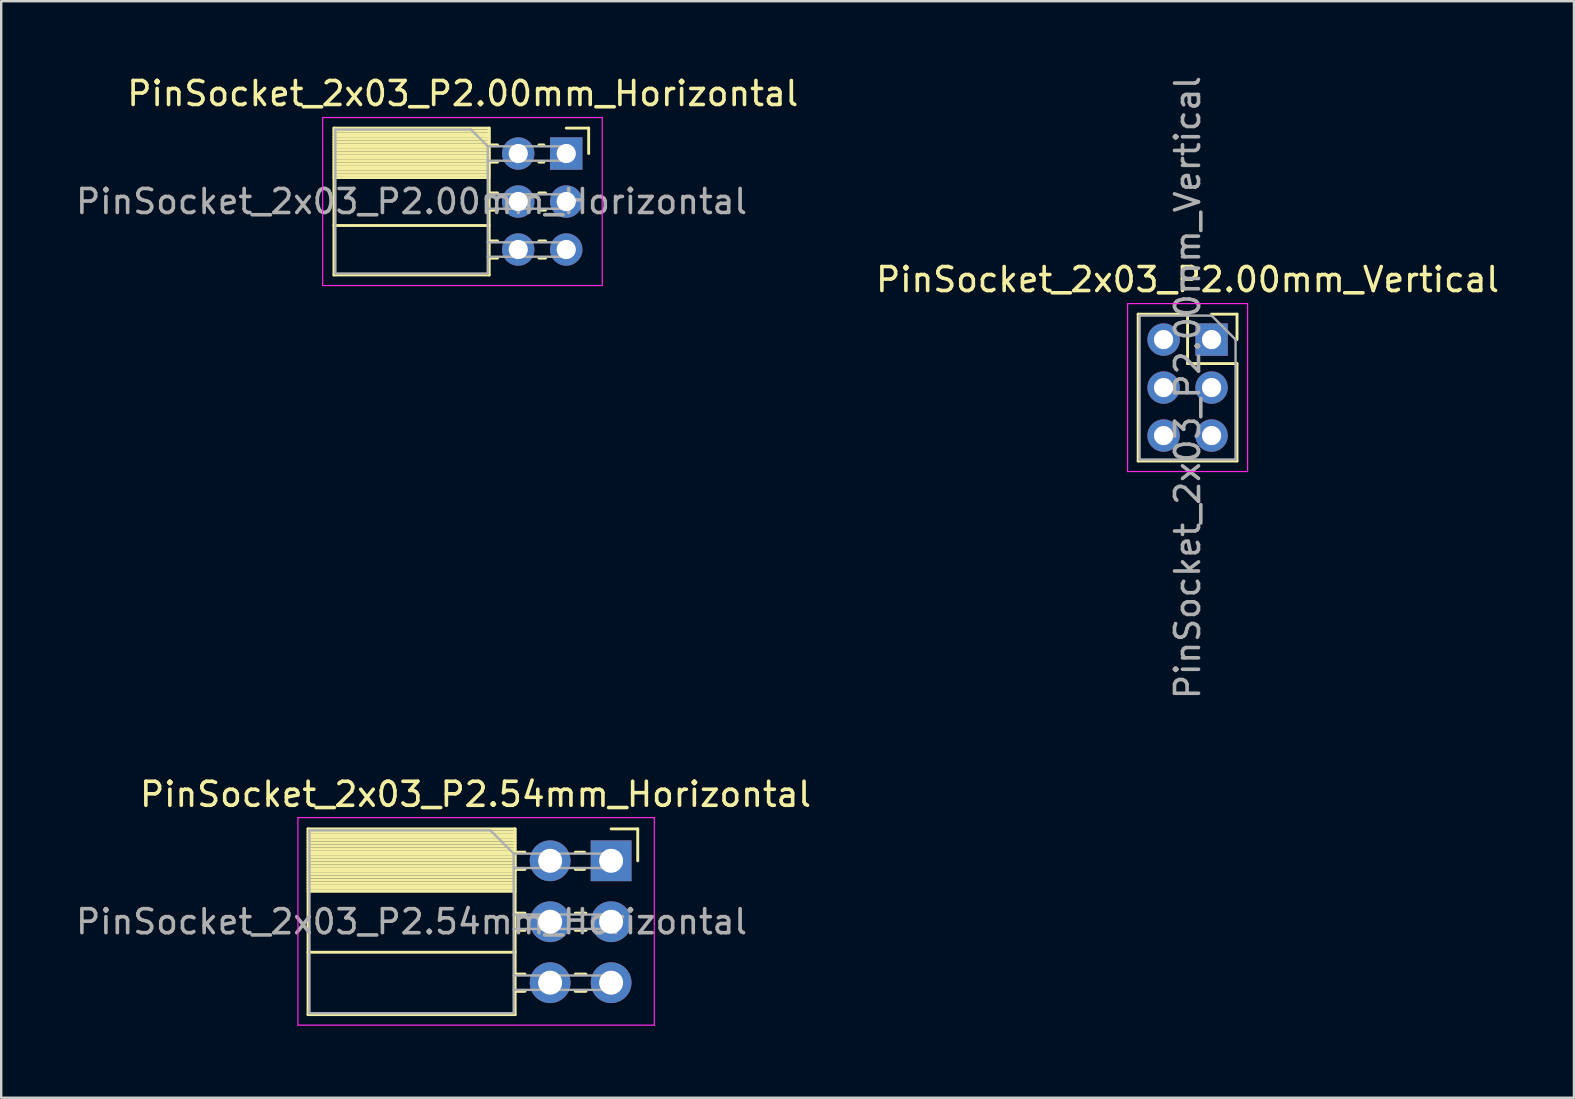
<source format=kicad_pcb>
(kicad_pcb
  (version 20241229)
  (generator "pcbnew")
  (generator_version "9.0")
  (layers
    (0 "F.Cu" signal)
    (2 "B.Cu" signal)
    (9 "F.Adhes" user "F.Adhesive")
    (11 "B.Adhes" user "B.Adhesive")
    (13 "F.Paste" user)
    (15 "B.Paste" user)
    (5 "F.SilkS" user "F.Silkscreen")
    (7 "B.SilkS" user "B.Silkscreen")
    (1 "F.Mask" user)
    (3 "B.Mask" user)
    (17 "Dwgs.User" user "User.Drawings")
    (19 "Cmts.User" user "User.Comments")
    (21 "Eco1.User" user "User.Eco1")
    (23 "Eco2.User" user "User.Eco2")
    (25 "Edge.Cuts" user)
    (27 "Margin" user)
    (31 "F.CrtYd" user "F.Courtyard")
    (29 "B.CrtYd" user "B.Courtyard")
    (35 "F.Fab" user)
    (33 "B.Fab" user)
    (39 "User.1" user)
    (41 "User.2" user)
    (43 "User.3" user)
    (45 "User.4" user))
  (footprint "PinSocket_2x03_P2.00mm_Vertical"
    (layer "F.Cu")
    (at 47.439 11.101)
    (property "Reference" "PinSocket_2x03_P2.00mm_Vertical" (at -1 -2.5 0) (layer "F.SilkS") (effects (font (size 1 1) (thickness 0.15))))
    (attr through_hole)
    (fp_line (start -3.06 -1.06) (end -3.06 5.06) (stroke (width 0.12) (type solid)) (layer "F.SilkS"))
    (fp_line (start -3.06 -1.06) (end -1 -1.06) (stroke (width 0.12) (type solid)) (layer "F.SilkS"))
    (fp_line (start -3.06 5.06) (end 1.06 5.06) (stroke (width 0.12) (type solid)) (layer "F.SilkS"))
    (fp_line (start -1 -1.06) (end -1 1) (stroke (width 0.12) (type solid)) (layer "F.SilkS"))
    (fp_line (start -1 1) (end 1.06 1) (stroke (width 0.12) (type solid)) (layer "F.SilkS"))
    (fp_line (start 0 -1.06) (end 1.06 -1.06) (stroke (width 0.12) (type solid)) (layer "F.SilkS"))
    (fp_line (start 1.06 -1.06) (end 1.06 0) (stroke (width 0.12) (type solid)) (layer "F.SilkS"))
    (fp_line (start 1.06 1) (end 1.06 5.06) (stroke (width 0.12) (type solid)) (layer "F.SilkS"))
    (fp_line (start -3.5 -1.5) (end 1.5 -1.5) (stroke (width 0.05) (type solid)) (layer "F.CrtYd"))
    (fp_line (start -3.5 5.5) (end -3.5 -1.5) (stroke (width 0.05) (type solid)) (layer "F.CrtYd"))
    (fp_line (start 1.5 -1.5) (end 1.5 5.5) (stroke (width 0.05) (type solid)) (layer "F.CrtYd"))
    (fp_line (start 1.5 5.5) (end -3.5 5.5) (stroke (width 0.05) (type solid)) (layer "F.CrtYd"))
    (fp_line (start -3 -1) (end 0 -1) (stroke (width 0.1) (type solid)) (layer "F.Fab"))
    (fp_line (start -3 5) (end -3 -1) (stroke (width 0.1) (type solid)) (layer "F.Fab"))
    (fp_line (start 0 -1) (end 1 0) (stroke (width 0.1) (type solid)) (layer "F.Fab"))
    (fp_line (start 1 0) (end 1 5) (stroke (width 0.1) (type solid)) (layer "F.Fab"))
    (fp_line (start 1 5) (end -3 5) (stroke (width 0.1) (type solid)) (layer "F.Fab"))
    (fp_text user "${REFERENCE}" (at -1 2 90) (layer "F.Fab") (effects (font (size 1 1) (thickness 0.15))))
    (pad "1" thru_hole rect (at 0 0) (size 1.35 1.35) (drill 0.8) (layers "*.Cu" "*.Mask"))
    (pad "2" thru_hole oval (at -2 0) (size 1.35 1.35) (drill 0.8) (layers "*.Cu" "*.Mask"))
    (pad "3" thru_hole oval (at 0 2) (size 1.35 1.35) (drill 0.8) (layers "*.Cu" "*.Mask"))
    (pad "4" thru_hole oval (at -2 2) (size 1.35 1.35) (drill 0.8) (layers "*.Cu" "*.Mask"))
    (pad "5" thru_hole oval (at 0 4) (size 1.35 1.35) (drill 0.8) (layers "*.Cu" "*.Mask"))
    (pad "6" thru_hole oval (at -2 4) (size 1.35 1.35) (drill 0.8) (layers "*.Cu" "*.Mask")))
  (footprint "PinSocket_2x03_P2.54mm_Horizontal"
    (layer "F.Cu")
    (at 22.416 32.821)
    (property "Reference" "PinSocket_2x03_P2.54mm_Horizontal" (at -5.65 -2.77 0) (layer "F.SilkS") (effects (font (size 1 1) (thickness 0.15))))
    (attr through_hole)
    (fp_line (start -12.63 -1.33) (end -12.63 6.41) (stroke (width 0.12) (type solid)) (layer "F.SilkS"))
    (fp_line (start -12.63 -1.33) (end -4 -1.33) (stroke (width 0.12) (type solid)) (layer "F.SilkS"))
    (fp_line (start -12.63 -1.21) (end -4 -1.21) (stroke (width 0.12) (type solid)) (layer "F.SilkS"))
    (fp_line (start -12.63 -1.092) (end -4 -1.092) (stroke (width 0.12) (type solid)) (layer "F.SilkS"))
    (fp_line (start -12.63 -0.974) (end -4 -0.974) (stroke (width 0.12) (type solid)) (layer "F.SilkS"))
    (fp_line (start -12.63 -0.856) (end -4 -0.856) (stroke (width 0.12) (type solid)) (layer "F.SilkS"))
    (fp_line (start -12.63 -0.738) (end -4 -0.738) (stroke (width 0.12) (type solid)) (layer "F.SilkS"))
    (fp_line (start -12.63 -0.62) (end -4 -0.62) (stroke (width 0.12) (type solid)) (layer "F.SilkS"))
    (fp_line (start -12.63 -0.501) (end -4 -0.501) (stroke (width 0.12) (type solid)) (layer "F.SilkS"))
    (fp_line (start -12.63 -0.383) (end -4 -0.383) (stroke (width 0.12) (type solid)) (layer "F.SilkS"))
    (fp_line (start -12.63 -0.265) (end -4 -0.265) (stroke (width 0.12) (type solid)) (layer "F.SilkS"))
    (fp_line (start -12.63 -0.147) (end -4 -0.147) (stroke (width 0.12) (type solid)) (layer "F.SilkS"))
    (fp_line (start -12.63 -0.029) (end -4 -0.029) (stroke (width 0.12) (type solid)) (layer "F.SilkS"))
    (fp_line (start -12.63 0.089) (end -4 0.089) (stroke (width 0.12) (type solid)) (layer "F.SilkS"))
    (fp_line (start -12.63 0.207) (end -4 0.207) (stroke (width 0.12) (type solid)) (layer "F.SilkS"))
    (fp_line (start -12.63 0.325) (end -4 0.325) (stroke (width 0.12) (type solid)) (layer "F.SilkS"))
    (fp_line (start -12.63 0.443) (end -4 0.443) (stroke (width 0.12) (type solid)) (layer "F.SilkS"))
    (fp_line (start -12.63 0.561) (end -4 0.561) (stroke (width 0.12) (type solid)) (layer "F.SilkS"))
    (fp_line (start -12.63 0.68) (end -4 0.68) (stroke (width 0.12) (type solid)) (layer "F.SilkS"))
    (fp_line (start -12.63 0.798) (end -4 0.798) (stroke (width 0.12) (type solid)) (layer "F.SilkS"))
    (fp_line (start -12.63 0.916) (end -4 0.916) (stroke (width 0.12) (type solid)) (layer "F.SilkS"))
    (fp_line (start -12.63 1.034) (end -4 1.034) (stroke (width 0.12) (type solid)) (layer "F.SilkS"))
    (fp_line (start -12.63 1.152) (end -4 1.152) (stroke (width 0.12) (type solid)) (layer "F.SilkS"))
    (fp_line (start -12.63 1.27) (end -4 1.27) (stroke (width 0.12) (type solid)) (layer "F.SilkS"))
    (fp_line (start -12.63 3.81) (end -4 3.81) (stroke (width 0.12) (type solid)) (layer "F.SilkS"))
    (fp_line (start -12.63 6.41) (end -4 6.41) (stroke (width 0.12) (type solid)) (layer "F.SilkS"))
    (fp_line (start -4 -1.33) (end -4 6.41) (stroke (width 0.12) (type solid)) (layer "F.SilkS"))
    (fp_line (start -4 -0.36) (end -3.59 -0.36) (stroke (width 0.12) (type solid)) (layer "F.SilkS"))
    (fp_line (start -4 0.36) (end -3.59 0.36) (stroke (width 0.12) (type solid)) (layer "F.SilkS"))
    (fp_line (start -4 2.18) (end -3.59 2.18) (stroke (width 0.12) (type solid)) (layer "F.SilkS"))
    (fp_line (start -4 2.9) (end -3.59 2.9) (stroke (width 0.12) (type solid)) (layer "F.SilkS"))
    (fp_line (start -4 4.72) (end -3.59 4.72) (stroke (width 0.12) (type solid)) (layer "F.SilkS"))
    (fp_line (start -4 5.44) (end -3.59 5.44) (stroke (width 0.12) (type solid)) (layer "F.SilkS"))
    (fp_line (start -1.49 -0.36) (end -1.11 -0.36) (stroke (width 0.12) (type solid)) (layer "F.SilkS"))
    (fp_line (start -1.49 0.36) (end -1.11 0.36) (stroke (width 0.12) (type solid)) (layer "F.SilkS"))
    (fp_line (start -1.49 2.18) (end -1.05 2.18) (stroke (width 0.12) (type solid)) (layer "F.SilkS"))
    (fp_line (start -1.49 2.9) (end -1.05 2.9) (stroke (width 0.12) (type solid)) (layer "F.SilkS"))
    (fp_line (start -1.49 4.72) (end -1.05 4.72) (stroke (width 0.12) (type solid)) (layer "F.SilkS"))
    (fp_line (start -1.49 5.44) (end -1.05 5.44) (stroke (width 0.12) (type solid)) (layer "F.SilkS"))
    (fp_line (start 0 -1.33) (end 1.11 -1.33) (stroke (width 0.12) (type solid)) (layer "F.SilkS"))
    (fp_line (start 1.11 -1.33) (end 1.11 0) (stroke (width 0.12) (type solid)) (layer "F.SilkS"))
    (fp_line (start -13.05 -1.8) (end -13.05 6.85) (stroke (width 0.05) (type solid)) (layer "F.CrtYd"))
    (fp_line (start -13.05 6.85) (end 1.8 6.85) (stroke (width 0.05) (type solid)) (layer "F.CrtYd"))
    (fp_line (start 1.8 -1.8) (end -13.05 -1.8) (stroke (width 0.05) (type solid)) (layer "F.CrtYd"))
    (fp_line (start 1.8 6.85) (end 1.8 -1.8) (stroke (width 0.05) (type solid)) (layer "F.CrtYd"))
    (fp_line (start -12.57 -1.27) (end -5.03 -1.27) (stroke (width 0.1) (type solid)) (layer "F.Fab"))
    (fp_line (start -12.57 6.35) (end -12.57 -1.27) (stroke (width 0.1) (type solid)) (layer "F.Fab"))
    (fp_line (start -5.03 -1.27) (end -4.06 -0.3) (stroke (width 0.1) (type solid)) (layer "F.Fab"))
    (fp_line (start -4.06 -0.3) (end -4.06 6.35) (stroke (width 0.1) (type solid)) (layer "F.Fab"))
    (fp_line (start -4.06 0.3) (end 0 0.3) (stroke (width 0.1) (type solid)) (layer "F.Fab"))
    (fp_line (start -4.06 2.84) (end 0 2.84) (stroke (width 0.1) (type solid)) (layer "F.Fab"))
    (fp_line (start -4.06 5.38) (end 0 5.38) (stroke (width 0.1) (type solid)) (layer "F.Fab"))
    (fp_line (start -4.06 6.35) (end -12.57 6.35) (stroke (width 0.1) (type solid)) (layer "F.Fab"))
    (fp_line (start 0 -0.3) (end -4.06 -0.3) (stroke (width 0.1) (type solid)) (layer "F.Fab"))
    (fp_line (start 0 0.3) (end 0 -0.3) (stroke (width 0.1) (type solid)) (layer "F.Fab"))
    (fp_line (start 0 2.24) (end -4.06 2.24) (stroke (width 0.1) (type solid)) (layer "F.Fab"))
    (fp_line (start 0 2.84) (end 0 2.24) (stroke (width 0.1) (type solid)) (layer "F.Fab"))
    (fp_line (start 0 4.78) (end -4.06 4.78) (stroke (width 0.1) (type solid)) (layer "F.Fab"))
    (fp_line (start 0 5.38) (end 0 4.78) (stroke (width 0.1) (type solid)) (layer "F.Fab"))
    (fp_text user "${REFERENCE}" (at -8.315 2.54 0) (layer "F.Fab") (effects (font (size 1 1) (thickness 0.15))))
    (pad "1" thru_hole rect (at 0 0) (size 1.7 1.7) (drill 1) (layers "*.Cu" "*.Mask"))
    (pad "2" thru_hole oval (at -2.54 0) (size 1.7 1.7) (drill 1) (layers "*.Cu" "*.Mask"))
    (pad "3" thru_hole oval (at 0 2.54) (size 1.7 1.7) (drill 1) (layers "*.Cu" "*.Mask"))
    (pad "4" thru_hole oval (at -2.54 2.54) (size 1.7 1.7) (drill 1) (layers "*.Cu" "*.Mask"))
    (pad "5" thru_hole oval (at 0 5.08) (size 1.7 1.7) (drill 1) (layers "*.Cu" "*.Mask"))
    (pad "6" thru_hole oval (at -2.54 5.08) (size 1.7 1.7) (drill 1) (layers "*.Cu" "*.Mask")))
  (footprint "PinSocket_2x03_P2.00mm_Horizontal"
    (layer "F.Cu")
    (at 20.546 3.348)
    (property "Reference" "PinSocket_2x03_P2.00mm_Horizontal" (at -4.31 -2.5 0) (layer "F.SilkS") (effects (font (size 1 1) (thickness 0.15))))
    (attr through_hole)
    (fp_line (start -9.68 -1.06) (end -9.68 5.06) (stroke (width 0.12) (type solid)) (layer "F.SilkS"))
    (fp_line (start -9.68 -1.06) (end -3.21 -1.06) (stroke (width 0.12) (type solid)) (layer "F.SilkS"))
    (fp_line (start -9.68 -0.94) (end -3.21 -0.94) (stroke (width 0.12) (type solid)) (layer "F.SilkS"))
    (fp_line (start -9.68 -0.826) (end -3.21 -0.826) (stroke (width 0.12) (type solid)) (layer "F.SilkS"))
    (fp_line (start -9.68 -0.712) (end -3.21 -0.712) (stroke (width 0.12) (type solid)) (layer "F.SilkS"))
    (fp_line (start -9.68 -0.598) (end -3.21 -0.598) (stroke (width 0.12) (type solid)) (layer "F.SilkS"))
    (fp_line (start -9.68 -0.484) (end -3.21 -0.484) (stroke (width 0.12) (type solid)) (layer "F.SilkS"))
    (fp_line (start -9.68 -0.369) (end -3.21 -0.369) (stroke (width 0.12) (type solid)) (layer "F.SilkS"))
    (fp_line (start -9.68 -0.255) (end -3.21 -0.255) (stroke (width 0.12) (type solid)) (layer "F.SilkS"))
    (fp_line (start -9.68 -0.141) (end -3.21 -0.141) (stroke (width 0.12) (type solid)) (layer "F.SilkS"))
    (fp_line (start -9.68 -0.027) (end -3.21 -0.027) (stroke (width 0.12) (type solid)) (layer "F.SilkS"))
    (fp_line (start -9.68 0.087) (end -3.21 0.087) (stroke (width 0.12) (type solid)) (layer "F.SilkS"))
    (fp_line (start -9.68 0.201) (end -3.21 0.201) (stroke (width 0.12) (type solid)) (layer "F.SilkS"))
    (fp_line (start -9.68 0.315) (end -3.21 0.315) (stroke (width 0.12) (type solid)) (layer "F.SilkS"))
    (fp_line (start -9.68 0.429) (end -3.21 0.429) (stroke (width 0.12) (type solid)) (layer "F.SilkS"))
    (fp_line (start -9.68 0.544) (end -3.21 0.544) (stroke (width 0.12) (type solid)) (layer "F.SilkS"))
    (fp_line (start -9.68 0.658) (end -3.21 0.658) (stroke (width 0.12) (type solid)) (layer "F.SilkS"))
    (fp_line (start -9.68 0.772) (end -3.21 0.772) (stroke (width 0.12) (type solid)) (layer "F.SilkS"))
    (fp_line (start -9.68 0.886) (end -3.21 0.886) (stroke (width 0.12) (type solid)) (layer "F.SilkS"))
    (fp_line (start -9.68 1) (end -3.21 1) (stroke (width 0.12) (type solid)) (layer "F.SilkS"))
    (fp_line (start -9.68 3) (end -3.21 3) (stroke (width 0.12) (type solid)) (layer "F.SilkS"))
    (fp_line (start -9.68 5.06) (end -3.21 5.06) (stroke (width 0.12) (type solid)) (layer "F.SilkS"))
    (fp_line (start -3.21 -1.06) (end -3.21 5.06) (stroke (width 0.12) (type solid)) (layer "F.SilkS"))
    (fp_line (start -3.21 -0.36) (end -2.863 -0.36) (stroke (width 0.12) (type solid)) (layer "F.SilkS"))
    (fp_line (start -3.21 0.36) (end -2.863 0.36) (stroke (width 0.12) (type solid)) (layer "F.SilkS"))
    (fp_line (start -3.21 1.64) (end -2.863 1.64) (stroke (width 0.12) (type solid)) (layer "F.SilkS"))
    (fp_line (start -3.21 2.36) (end -2.863 2.36) (stroke (width 0.12) (type solid)) (layer "F.SilkS"))
    (fp_line (start -3.21 3.64) (end -2.863 3.64) (stroke (width 0.12) (type solid)) (layer "F.SilkS"))
    (fp_line (start -3.21 4.36) (end -2.863 4.36) (stroke (width 0.12) (type solid)) (layer "F.SilkS"))
    (fp_line (start -1.137 -0.36) (end -0.935 -0.36) (stroke (width 0.12) (type solid)) (layer "F.SilkS"))
    (fp_line (start -1.137 0.36) (end -0.935 0.36) (stroke (width 0.12) (type solid)) (layer "F.SilkS"))
    (fp_line (start -1.137 1.64) (end -0.863 1.64) (stroke (width 0.12) (type solid)) (layer "F.SilkS"))
    (fp_line (start -1.137 2.36) (end -0.863 2.36) (stroke (width 0.12) (type solid)) (layer "F.SilkS"))
    (fp_line (start -1.137 3.64) (end -0.863 3.64) (stroke (width 0.12) (type solid)) (layer "F.SilkS"))
    (fp_line (start -1.137 4.36) (end -0.863 4.36) (stroke (width 0.12) (type solid)) (layer "F.SilkS"))
    (fp_line (start 0 -1.06) (end 0.935 -1.06) (stroke (width 0.12) (type solid)) (layer "F.SilkS"))
    (fp_line (start 0.935 -1.06) (end 0.935 0) (stroke (width 0.12) (type solid)) (layer "F.SilkS"))
    (fp_line (start -10.15 -1.5) (end -10.15 5.5) (stroke (width 0.05) (type solid)) (layer "F.CrtYd"))
    (fp_line (start -10.15 5.5) (end 1.5 5.5) (stroke (width 0.05) (type solid)) (layer "F.CrtYd"))
    (fp_line (start 1.5 -1.5) (end -10.15 -1.5) (stroke (width 0.05) (type solid)) (layer "F.CrtYd"))
    (fp_line (start 1.5 5.5) (end 1.5 -1.5) (stroke (width 0.05) (type solid)) (layer "F.CrtYd"))
    (fp_line (start -9.62 -1) (end -3.97 -1) (stroke (width 0.1) (type solid)) (layer "F.Fab"))
    (fp_line (start -9.62 5) (end -9.62 -1) (stroke (width 0.1) (type solid)) (layer "F.Fab"))
    (fp_line (start -3.97 -1) (end -3.27 -0.3) (stroke (width 0.1) (type solid)) (layer "F.Fab"))
    (fp_line (start -3.27 -0.3) (end -3.27 5) (stroke (width 0.1) (type solid)) (layer "F.Fab"))
    (fp_line (start -3.27 0.3) (end 0 0.3) (stroke (width 0.1) (type solid)) (layer "F.Fab"))
    (fp_line (start -3.27 2.3) (end 0 2.3) (stroke (width 0.1) (type solid)) (layer "F.Fab"))
    (fp_line (start -3.27 4.3) (end 0 4.3) (stroke (width 0.1) (type solid)) (layer "F.Fab"))
    (fp_line (start -3.27 5) (end -9.62 5) (stroke (width 0.1) (type solid)) (layer "F.Fab"))
    (fp_line (start 0 -0.3) (end -3.27 -0.3) (stroke (width 0.1) (type solid)) (layer "F.Fab"))
    (fp_line (start 0 0.3) (end 0 -0.3) (stroke (width 0.1) (type solid)) (layer "F.Fab"))
    (fp_line (start 0 1.7) (end -3.27 1.7) (stroke (width 0.1) (type solid)) (layer "F.Fab"))
    (fp_line (start 0 2.3) (end 0 1.7) (stroke (width 0.1) (type solid)) (layer "F.Fab"))
    (fp_line (start 0 3.7) (end -3.27 3.7) (stroke (width 0.1) (type solid)) (layer "F.Fab"))
    (fp_line (start 0 4.3) (end 0 3.7) (stroke (width 0.1) (type solid)) (layer "F.Fab"))
    (fp_text user "${REFERENCE}" (at -6.445 2 0) (layer "F.Fab") (effects (font (size 1 1) (thickness 0.15))))
    (pad "1" thru_hole rect (at 0 0) (size 1.35 1.35) (drill 0.8) (layers "*.Cu" "*.Mask"))
    (pad "2" thru_hole oval (at -2 0) (size 1.35 1.35) (drill 0.8) (layers "*.Cu" "*.Mask"))
    (pad "3" thru_hole oval (at 0 2) (size 1.35 1.35) (drill 0.8) (layers "*.Cu" "*.Mask"))
    (pad "4" thru_hole oval (at -2 2) (size 1.35 1.35) (drill 0.8) (layers "*.Cu" "*.Mask"))
    (pad "5" thru_hole oval (at 0 4) (size 1.35 1.35) (drill 0.8) (layers "*.Cu" "*.Mask"))
    (pad "6" thru_hole oval (at -2 4) (size 1.35 1.35) (drill 0.8) (layers "*.Cu" "*.Mask")))
  (gr_rect
    (start -3 -3)
    (end 62.54 42.696)
    (stroke (width 0.1) (type default))
    (fill no)
    (layer "Edge.Cuts")))
</source>
